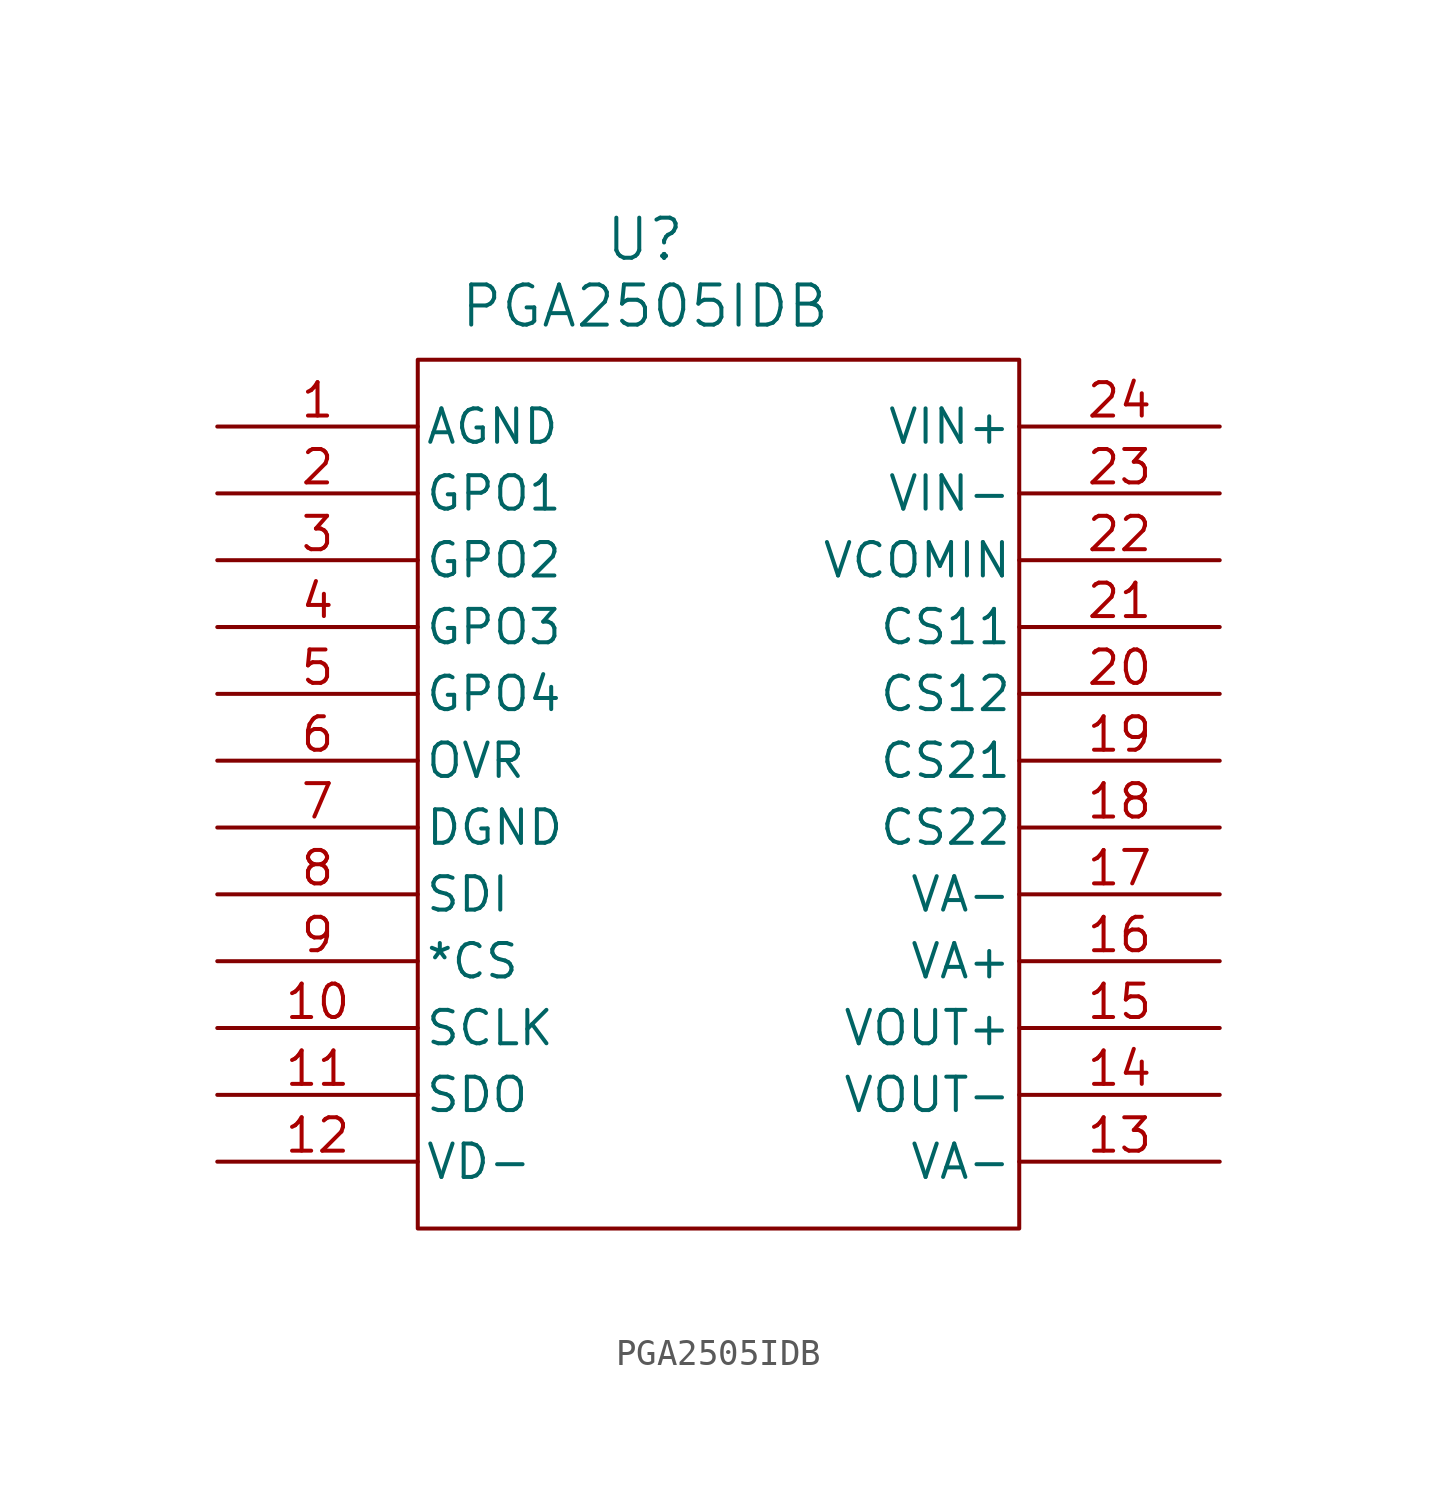
<source format=kicad_sym>
(kicad_symbol_lib
  (version 20241209)
  (generator "kicad_symbol_editor")
  (generator_version "9.0")
  (symbol "PGA2505IDB"
    (pin_names
      (offset 0.254))
    (property "Reference" "U"
      (at 16.256 7.112 0)
      (effects (font (size 1.524 1.524))))
    (property "Value" "PGA2505IDB"
      (at 16.256 4.572 0)
      (effects (font (size 1.524 1.524))))
    (property "ki_locked" ""
      (at 0 0 0)
      (effects (font (size 1.27 1.27))))
    (symbol "PGA2505IDB_0_1"
      (rectangle (start 7.62 2.54) (end 30.48 -30.48) (stroke (width 0) (type default)) (fill (type none)))
      (pin power_in line (at 0 0 0) (length 7.62) (name "AGND" (effects (font (size 1.27 1.27)))) (number "1" (effects (font (size 1.27 1.27)))))
      (pin output line (at 0 -2.54 0) (length 7.62) (name "GPO1" (effects (font (size 1.27 1.27)))) (number "2" (effects (font (size 1.27 1.27)))))
      (pin output line (at 0 -5.08 0) (length 7.62) (name "GPO2" (effects (font (size 1.27 1.27)))) (number "3" (effects (font (size 1.27 1.27)))))
      (pin output line (at 0 -7.62 0) (length 7.62) (name "GPO3" (effects (font (size 1.27 1.27)))) (number "4" (effects (font (size 1.27 1.27)))))
      (pin output line (at 0 -10.16 0) (length 7.62) (name "GPO4" (effects (font (size 1.27 1.27)))) (number "5" (effects (font (size 1.27 1.27)))))
      (pin output line (at 0 -12.7 0) (length 7.62) (name "OVR" (effects (font (size 1.27 1.27)))) (number "6" (effects (font (size 1.27 1.27)))))
      (pin power_in line (at 0 -15.24 0) (length 7.62) (name "DGND" (effects (font (size 1.27 1.27)))) (number "7" (effects (font (size 1.27 1.27)))))
      (pin input line (at 0 -17.78 0) (length 7.62) (name "SDI" (effects (font (size 1.27 1.27)))) (number "8" (effects (font (size 1.27 1.27)))))
      (pin input line (at 0 -20.32 0) (length 7.62) (name "*CS" (effects (font (size 1.27 1.27)))) (number "9" (effects (font (size 1.27 1.27)))))
      (pin input line (at 0 -22.86 0) (length 7.62) (name "SCLK" (effects (font (size 1.27 1.27)))) (number "10" (effects (font (size 1.27 1.27)))))
      (pin output line (at 0 -25.4 0) (length 7.62) (name "SDO" (effects (font (size 1.27 1.27)))) (number "11" (effects (font (size 1.27 1.27)))))
      (pin power_in line (at 0 -27.94 0) (length 7.62) (name "VD-" (effects (font (size 1.27 1.27)))) (number "12" (effects (font (size 1.27 1.27)))))
      (pin input line (at 38.1 0 180) (length 7.62) (name "VIN+" (effects (font (size 1.27 1.27)))) (number "24" (effects (font (size 1.27 1.27)))))
      (pin input line (at 38.1 -2.54 180) (length 7.62) (name "VIN-" (effects (font (size 1.27 1.27)))) (number "23" (effects (font (size 1.27 1.27)))))
      (pin input line (at 38.1 -5.08 180) (length 7.62) (name "VCOMIN" (effects (font (size 1.27 1.27)))) (number "22" (effects (font (size 1.27 1.27)))))
      (pin unspecified line (at 38.1 -7.62 180) (length 7.62) (name "CS11" (effects (font (size 1.27 1.27)))) (number "21" (effects (font (size 1.27 1.27)))))
      (pin unspecified line (at 38.1 -10.16 180) (length 7.62) (name "CS12" (effects (font (size 1.27 1.27)))) (number "20" (effects (font (size 1.27 1.27)))))
      (pin unspecified line (at 38.1 -12.7 180) (length 7.62) (name "CS21" (effects (font (size 1.27 1.27)))) (number "19" (effects (font (size 1.27 1.27)))))
      (pin unspecified line (at 38.1 -15.24 180) (length 7.62) (name "CS22" (effects (font (size 1.27 1.27)))) (number "18" (effects (font (size 1.27 1.27)))))
      (pin power_in line (at 38.1 -17.78 180) (length 7.62) (name "VA-" (effects (font (size 1.27 1.27)))) (number "17" (effects (font (size 1.27 1.27)))))
      (pin power_in line (at 38.1 -20.32 180) (length 7.62) (name "VA+" (effects (font (size 1.27 1.27)))) (number "16" (effects (font (size 1.27 1.27)))))
      (pin output line (at 38.1 -22.86 180) (length 7.62) (name "VOUT+" (effects (font (size 1.27 1.27)))) (number "15" (effects (font (size 1.27 1.27)))))
      (pin output line (at 38.1 -25.4 180) (length 7.62) (name "VOUT-" (effects (font (size 1.27 1.27)))) (number "14" (effects (font (size 1.27 1.27)))))
      (pin power_in line (at 38.1 -27.94 180) (length 7.62) (name "VA-" (effects (font (size 1.27 1.27)))) (number "13" (effects (font (size 1.27 1.27))))))))
</source>
